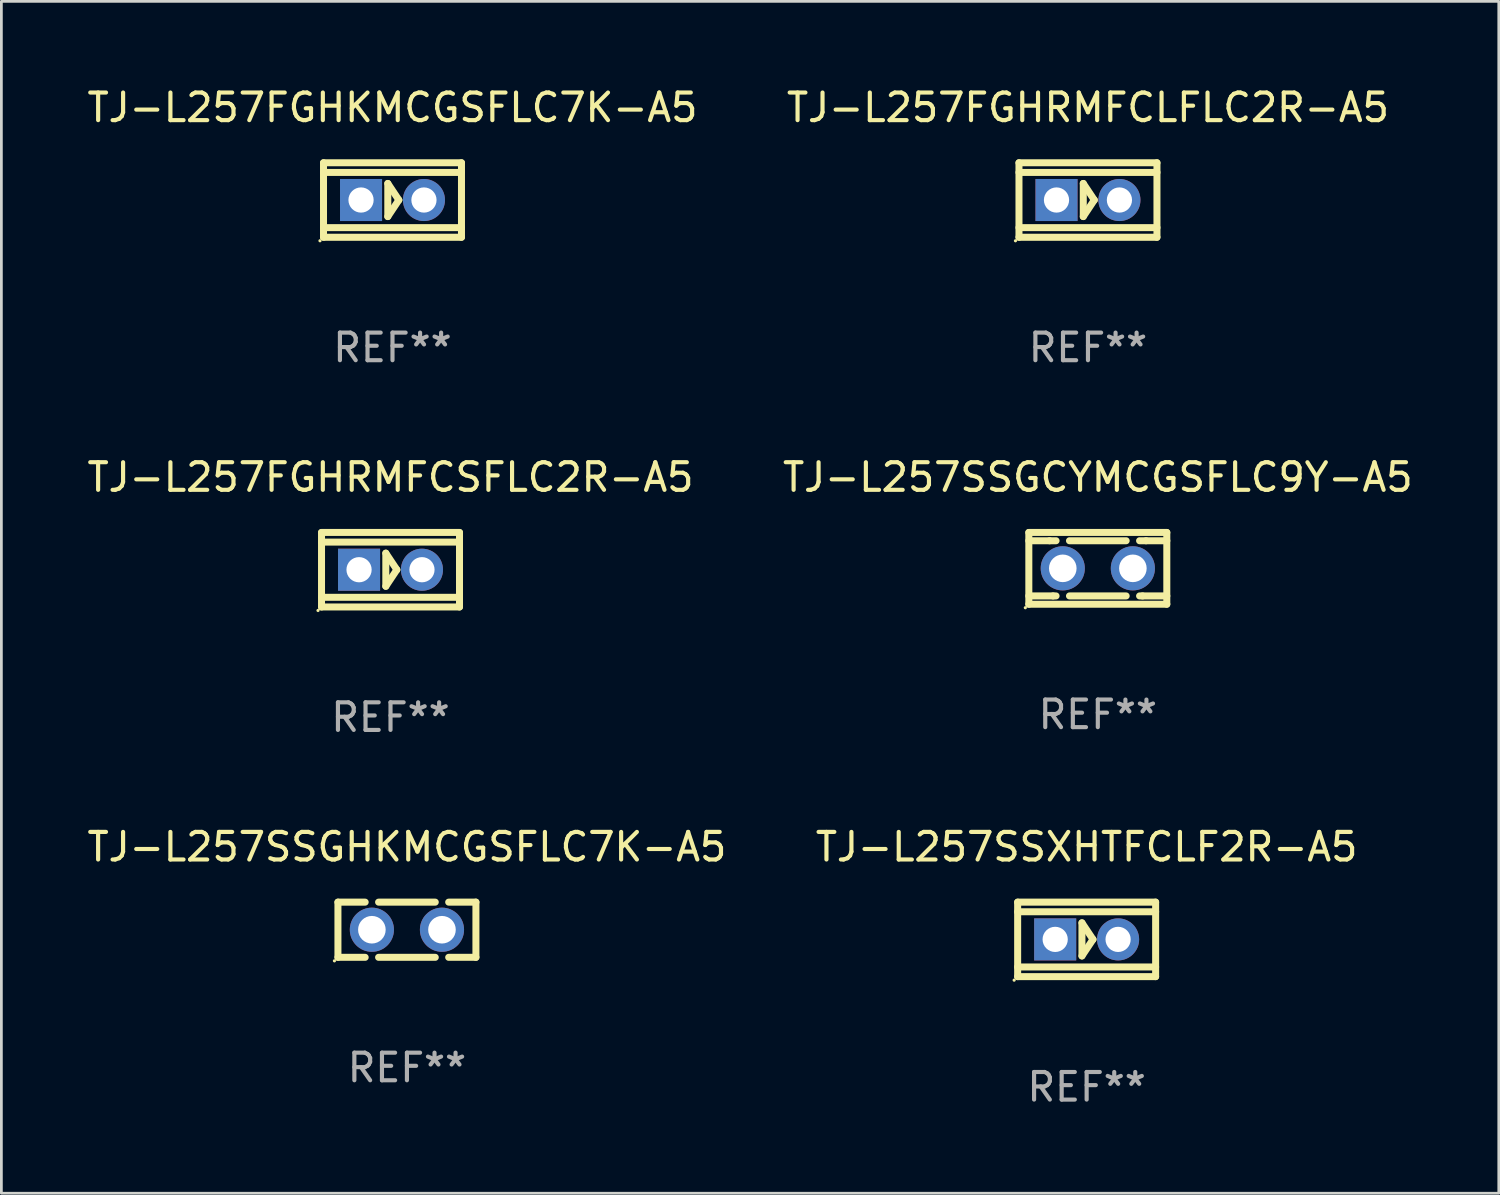
<source format=kicad_pcb>
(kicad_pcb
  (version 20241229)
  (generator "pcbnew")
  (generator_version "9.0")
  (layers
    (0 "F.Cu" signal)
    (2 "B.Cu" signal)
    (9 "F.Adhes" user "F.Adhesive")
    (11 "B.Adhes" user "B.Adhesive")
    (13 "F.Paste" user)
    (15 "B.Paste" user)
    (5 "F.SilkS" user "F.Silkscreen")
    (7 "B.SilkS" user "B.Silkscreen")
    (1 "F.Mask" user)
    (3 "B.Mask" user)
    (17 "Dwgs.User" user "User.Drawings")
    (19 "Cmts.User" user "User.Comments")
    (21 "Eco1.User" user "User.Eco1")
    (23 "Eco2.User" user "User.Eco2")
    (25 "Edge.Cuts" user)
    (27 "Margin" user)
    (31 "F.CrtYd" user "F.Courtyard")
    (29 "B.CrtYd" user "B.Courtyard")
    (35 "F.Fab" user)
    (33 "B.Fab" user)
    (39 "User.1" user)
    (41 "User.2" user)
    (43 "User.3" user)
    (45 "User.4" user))
  (footprint "TJ-L257FGHRMFCSFLC2R-A5"
    (layer "F.Cu")
    (at 11.101 17.595)
    (property "Reference" "TJ-L257FGHRMFCSFLC2R-A5" (at 0 -3.35 0) (layer "F.SilkS") (effects (font (size 1 1) (thickness 0.15))))
    (attr through_hole)
    (fp_line (start -2.5 -1) (end 2.5 -1) (stroke (width 0.254) (type solid)) (layer "F.SilkS"))
    (fp_line (start -2.5 -1.35) (end 2.5 -1.35) (stroke (width 0.254) (type solid)) (layer "F.SilkS"))
    (fp_line (start -2.5 1) (end 2.5 1) (stroke (width 0.254) (type solid)) (layer "F.SilkS"))
    (fp_line (start -2.5 1.35) (end -2.5 -1.35) (stroke (width 0.254) (type solid)) (layer "F.SilkS"))
    (fp_line (start -0.17 -0.6) (end 0.23 0) (stroke (width 0.254) (type solid)) (layer "F.SilkS"))
    (fp_line (start -0.17 0.6) (end -0.17 -0.6) (stroke (width 0.254) (type solid)) (layer "F.SilkS"))
    (fp_line (start 0.23 0) (end -0.17 0.6) (stroke (width 0.254) (type solid)) (layer "F.SilkS"))
    (fp_line (start 2.5 -1.35) (end 2.5 1.35) (stroke (width 0.254) (type solid)) (layer "F.SilkS"))
    (fp_line (start 2.5 1.35) (end -2.5 1.35) (stroke (width 0.254) (type solid)) (layer "F.SilkS"))
    (fp_circle (center -2.627 1.477) (end -2.597 1.477) (stroke (width 0.06) (type solid)) (fill no) (layer "F.SilkS"))
    (fp_text user "REF**" (at 0 5.35 0) (layer "F.Fab") (effects (font (size 1 1) (thickness 0.15))))
    (pad "1" thru_hole rect (at -1.14 0) (size 1.524 1.524) (drill 0.914) (layers "*.Cu" "*.Mask"))
    (pad "2" thru_hole circle (at 1.14 0) (size 1.524 1.524) (drill 0.914) (layers "*.Cu" "*.Mask")))
  (footprint "TJ-L257FGHKMCGSFLC7K-A5"
    (layer "F.Cu")
    (at 11.173 4.198)
    (property "Reference" "TJ-L257FGHKMCGSFLC7K-A5" (at 0 -3.35 0) (layer "F.SilkS") (effects (font (size 1 1) (thickness 0.15))))
    (attr through_hole)
    (fp_line (start -2.5 -1) (end 2.5 -1) (stroke (width 0.254) (type solid)) (layer "F.SilkS"))
    (fp_line (start -2.5 -1.35) (end 2.5 -1.35) (stroke (width 0.254) (type solid)) (layer "F.SilkS"))
    (fp_line (start -2.5 1) (end 2.5 1) (stroke (width 0.254) (type solid)) (layer "F.SilkS"))
    (fp_line (start -2.5 1.35) (end -2.5 -1.35) (stroke (width 0.254) (type solid)) (layer "F.SilkS"))
    (fp_line (start -0.17 -0.6) (end 0.23 0) (stroke (width 0.254) (type solid)) (layer "F.SilkS"))
    (fp_line (start -0.17 0.6) (end -0.17 -0.6) (stroke (width 0.254) (type solid)) (layer "F.SilkS"))
    (fp_line (start 0.23 0) (end -0.17 0.6) (stroke (width 0.254) (type solid)) (layer "F.SilkS"))
    (fp_line (start 2.5 -1.35) (end 2.5 1.35) (stroke (width 0.254) (type solid)) (layer "F.SilkS"))
    (fp_line (start 2.5 1.35) (end -2.5 1.35) (stroke (width 0.254) (type solid)) (layer "F.SilkS"))
    (fp_circle (center -2.627 1.477) (end -2.597 1.477) (stroke (width 0.06) (type solid)) (fill no) (layer "F.SilkS"))
    (fp_text user "REF**" (at 0 5.35 0) (layer "F.Fab") (effects (font (size 1 1) (thickness 0.15))))
    (pad "1" thru_hole rect (at -1.14 0) (size 1.524 1.524) (drill 0.914) (layers "*.Cu" "*.Mask"))
    (pad "2" thru_hole circle (at 1.14 0) (size 1.524 1.524) (drill 0.914) (layers "*.Cu" "*.Mask")))
  (footprint "TJ-L257SSGCYMCGSFLC9Y-A5"
    (layer "F.Cu")
    (at 36.732 17.545)
    (property "Reference" "TJ-L257SSGCYMCGSFLC9Y-A5" (at 0 -3.3 0) (layer "F.SilkS") (effects (font (size 1 1) (thickness 0.15))))
    (attr through_hole)
    (fp_line (start -2.5 -1.3) (end -2.5 1.3) (stroke (width 0.254) (type solid)) (layer "F.SilkS"))
    (fp_line (start -2.5 -1.3) (end 2.5 -1.3) (stroke (width 0.254) (type solid)) (layer "F.SilkS"))
    (fp_line (start -2.5 -1) (end -1.748 -1) (stroke (width 0.254) (type solid)) (layer "F.SilkS"))
    (fp_line (start -2.5 1) (end -1.622 1) (stroke (width 0.254) (type solid)) (layer "F.SilkS"))
    (fp_line (start -2.5 1.3) (end 2.5 1.3) (stroke (width 0.254) (type solid)) (layer "F.SilkS"))
    (fp_line (start -1.748 -1) (end -1.513 -1) (stroke (width 0.254) (type solid)) (layer "F.SilkS"))
    (fp_line (start -1.622 1) (end -1.513 1) (stroke (width 0.254) (type solid)) (layer "F.SilkS"))
    (fp_line (start -1.027 -1) (end 1.027 -1) (stroke (width 0.254) (type solid)) (layer "F.SilkS"))
    (fp_line (start -1.027 1) (end 1.027 1) (stroke (width 0.254) (type solid)) (layer "F.SilkS"))
    (fp_line (start 1.513 -1) (end 1.748 -1) (stroke (width 0.254) (type solid)) (layer "F.SilkS"))
    (fp_line (start 1.513 1) (end 1.622 1) (stroke (width 0.254) (type solid)) (layer "F.SilkS"))
    (fp_line (start 1.622 1) (end 2.5 1) (stroke (width 0.254) (type solid)) (layer "F.SilkS"))
    (fp_line (start 1.748 -1) (end 2.5 -1) (stroke (width 0.254) (type solid)) (layer "F.SilkS"))
    (fp_line (start 2.5 -1.3) (end 2.5 1.3) (stroke (width 0.254) (type solid)) (layer "F.SilkS"))
    (fp_circle (center -2.627 1.427) (end -2.597 1.427) (stroke (width 0.06) (type solid)) (fill no) (layer "F.SilkS"))
    (fp_text user "REF**" (at 0 5.3 0) (layer "F.Fab") (effects (font (size 1 1) (thickness 0.15))))
    (pad "1" thru_hole circle (at -1.27 0) (size 1.6 1.6) (drill 1) (layers "*.Cu" "*.Mask"))
    (pad "2" thru_hole circle (at 1.27 0) (size 1.6 1.6) (drill 1) (layers "*.Cu" "*.Mask")))
  (footprint "TJ-L257FGHRMFCLFLC2R-A5"
    (layer "F.Cu")
    (at 36.375 4.198)
    (property "Reference" "TJ-L257FGHRMFCLFLC2R-A5" (at 0 -3.35 0) (layer "F.SilkS") (effects (font (size 1 1) (thickness 0.15))))
    (attr through_hole)
    (fp_line (start -2.5 -1) (end 2.5 -1) (stroke (width 0.254) (type solid)) (layer "F.SilkS"))
    (fp_line (start -2.5 -1.35) (end 2.5 -1.35) (stroke (width 0.254) (type solid)) (layer "F.SilkS"))
    (fp_line (start -2.5 1) (end 2.5 1) (stroke (width 0.254) (type solid)) (layer "F.SilkS"))
    (fp_line (start -2.5 1.35) (end -2.5 -1.35) (stroke (width 0.254) (type solid)) (layer "F.SilkS"))
    (fp_line (start -0.17 -0.6) (end 0.23 0) (stroke (width 0.254) (type solid)) (layer "F.SilkS"))
    (fp_line (start -0.17 0.6) (end -0.17 -0.6) (stroke (width 0.254) (type solid)) (layer "F.SilkS"))
    (fp_line (start 0.23 0) (end -0.17 0.6) (stroke (width 0.254) (type solid)) (layer "F.SilkS"))
    (fp_line (start 2.5 -1.35) (end 2.5 1.35) (stroke (width 0.254) (type solid)) (layer "F.SilkS"))
    (fp_line (start 2.5 1.35) (end -2.5 1.35) (stroke (width 0.254) (type solid)) (layer "F.SilkS"))
    (fp_circle (center -2.627 1.477) (end -2.597 1.477) (stroke (width 0.06) (type solid)) (fill no) (layer "F.SilkS"))
    (fp_text user "REF**" (at 0 5.35 0) (layer "F.Fab") (effects (font (size 1 1) (thickness 0.15))))
    (pad "1" thru_hole rect (at -1.14 0) (size 1.524 1.524) (drill 0.914) (layers "*.Cu" "*.Mask"))
    (pad "2" thru_hole circle (at 1.14 0) (size 1.524 1.524) (drill 0.914) (layers "*.Cu" "*.Mask")))
  (footprint "TJ-L257SSGHKMCGSFLC7K-A5"
    (layer "F.Cu")
    (at 11.696 30.641)
    (property "Reference" "TJ-L257SSGHKMCGSFLC7K-A5" (at 0 -3 0) (layer "F.SilkS") (effects (font (size 1 1) (thickness 0.15))))
    (attr through_hole)
    (fp_line (start -2.5 -1) (end -2.5 1) (stroke (width 0.254) (type solid)) (layer "F.SilkS"))
    (fp_line (start -2.5 -1) (end -1.513 -1) (stroke (width 0.254) (type solid)) (layer "F.SilkS"))
    (fp_line (start -2.5 1) (end -1.513 1) (stroke (width 0.254) (type solid)) (layer "F.SilkS"))
    (fp_line (start -1.027 -1) (end 1.027 -1) (stroke (width 0.254) (type solid)) (layer "F.SilkS"))
    (fp_line (start -1.027 1) (end 1.027 1) (stroke (width 0.254) (type solid)) (layer "F.SilkS"))
    (fp_line (start 1.513 -1) (end 2.5 -1) (stroke (width 0.254) (type solid)) (layer "F.SilkS"))
    (fp_line (start 1.513 1) (end 2.5 1) (stroke (width 0.254) (type solid)) (layer "F.SilkS"))
    (fp_line (start 2.5 -1) (end 2.5 1) (stroke (width 0.254) (type solid)) (layer "F.SilkS"))
    (fp_circle (center -2.627 1.127) (end -2.597 1.127) (stroke (width 0.06) (type solid)) (fill no) (layer "F.SilkS"))
    (fp_text user "REF**" (at 0 5 0) (layer "F.Fab") (effects (font (size 1 1) (thickness 0.15))))
    (pad "1" thru_hole circle (at -1.27 0) (size 1.6 1.6) (drill 1) (layers "*.Cu" "*.Mask"))
    (pad "2" thru_hole circle (at 1.27 0) (size 1.6 1.6) (drill 1) (layers "*.Cu" "*.Mask")))
  (footprint "TJ-L257SSXHTFCLF2R-A5"
    (layer "F.Cu")
    (at 36.327 30.991)
    (property "Reference" "TJ-L257SSXHTFCLF2R-A5" (at 0 -3.35 0) (layer "F.SilkS") (effects (font (size 1 1) (thickness 0.15))))
    (attr through_hole)
    (fp_line (start -2.5 -1) (end 2.5 -1) (stroke (width 0.254) (type solid)) (layer "F.SilkS"))
    (fp_line (start -2.5 -1.35) (end 2.5 -1.35) (stroke (width 0.254) (type solid)) (layer "F.SilkS"))
    (fp_line (start -2.5 1) (end 2.5 1) (stroke (width 0.254) (type solid)) (layer "F.SilkS"))
    (fp_line (start -2.5 1.35) (end -2.5 -1.35) (stroke (width 0.254) (type solid)) (layer "F.SilkS"))
    (fp_line (start -0.17 -0.6) (end 0.23 0) (stroke (width 0.254) (type solid)) (layer "F.SilkS"))
    (fp_line (start -0.17 0.6) (end -0.17 -0.6) (stroke (width 0.254) (type solid)) (layer "F.SilkS"))
    (fp_line (start 0.23 0) (end -0.17 0.6) (stroke (width 0.254) (type solid)) (layer "F.SilkS"))
    (fp_line (start 2.5 -1.35) (end 2.5 1.35) (stroke (width 0.254) (type solid)) (layer "F.SilkS"))
    (fp_line (start 2.5 1.35) (end -2.5 1.35) (stroke (width 0.254) (type solid)) (layer "F.SilkS"))
    (fp_circle (center -2.627 1.477) (end -2.597 1.477) (stroke (width 0.06) (type solid)) (fill no) (layer "F.SilkS"))
    (fp_text user "REF**" (at 0 5.35 0) (layer "F.Fab") (effects (font (size 1 1) (thickness 0.15))))
    (pad "1" thru_hole rect (at -1.14 0) (size 1.524 1.524) (drill 0.914) (layers "*.Cu" "*.Mask"))
    (pad "2" thru_hole circle (at 1.14 0) (size 1.524 1.524) (drill 0.914) (layers "*.Cu" "*.Mask")))
  (gr_rect
    (start -3 -3)
    (end 51.262 40.19)
    (stroke (width 0.1) (type default))
    (fill no)
    (layer "Edge.Cuts")))
</source>
